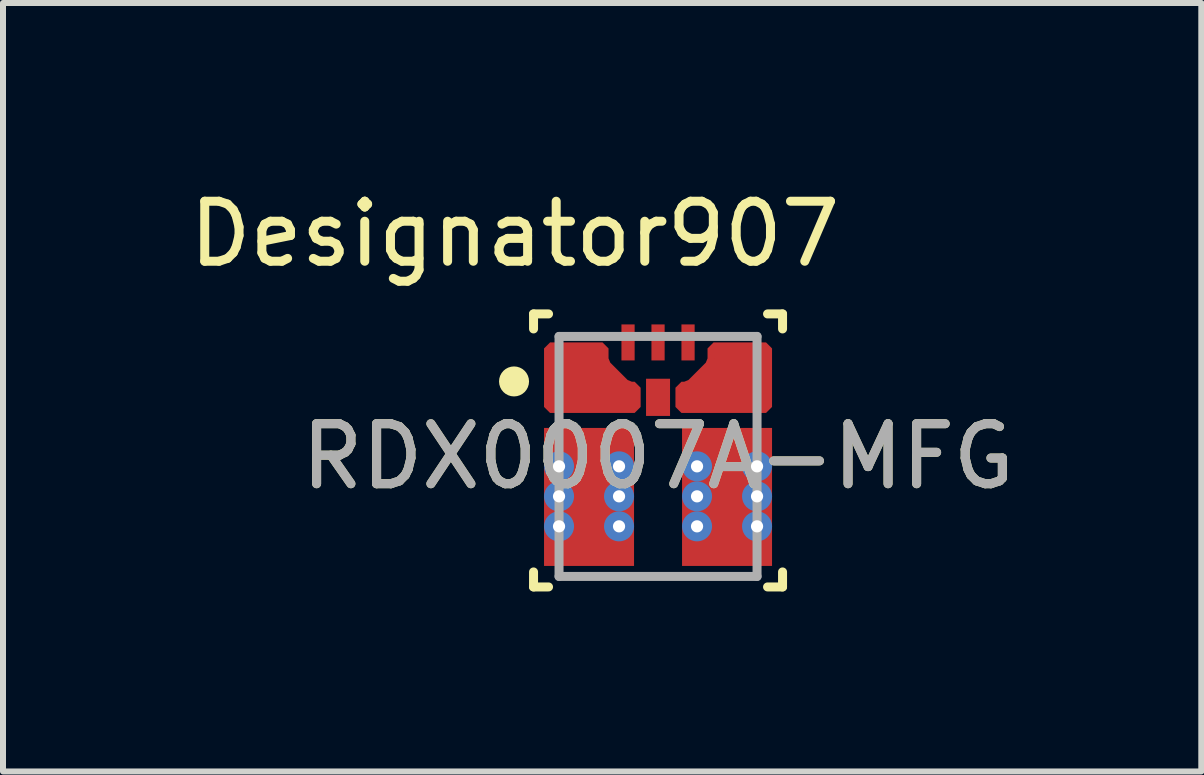
<source format=kicad_pcb>
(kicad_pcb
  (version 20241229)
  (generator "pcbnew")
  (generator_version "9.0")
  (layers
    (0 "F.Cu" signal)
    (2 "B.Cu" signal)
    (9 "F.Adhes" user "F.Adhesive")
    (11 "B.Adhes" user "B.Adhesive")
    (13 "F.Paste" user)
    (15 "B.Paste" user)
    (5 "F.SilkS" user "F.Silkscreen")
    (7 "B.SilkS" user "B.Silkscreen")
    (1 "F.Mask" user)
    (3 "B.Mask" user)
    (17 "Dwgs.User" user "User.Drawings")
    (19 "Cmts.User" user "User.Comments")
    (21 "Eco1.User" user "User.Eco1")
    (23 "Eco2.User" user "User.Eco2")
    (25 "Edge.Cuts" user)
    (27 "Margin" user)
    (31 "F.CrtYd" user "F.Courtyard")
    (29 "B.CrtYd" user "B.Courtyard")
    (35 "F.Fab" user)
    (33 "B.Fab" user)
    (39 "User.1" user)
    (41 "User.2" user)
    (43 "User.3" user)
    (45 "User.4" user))
  (footprint "RDX0007A-MFG"
    (layer "F.Cu")
    (at 7.917 4.557)
    (property "Reference" "RDX0007A-MFG" (at 0 0 0) (unlocked yes) (layer "F.SilkS") (effects (font (size 1 1) (thickness 0.15))))
    (attr through_hole)
    (fp_poly (pts (xy -0.2 -0.675) (xy 0.2 -0.675) (xy 0.2 -1.295) (xy -0.2 -1.295)) (stroke (width 0) (type solid)) (fill yes) (layer "F.Cu"))
    (fp_poly (pts (xy -1.9 -1.8) (xy -1.8 -1.9) (xy -0.925 -1.9) (xy -0.825 -1.8) (xy -0.825 -1.634) (xy -0.796 -1.563) (xy -0.507 -1.274) (xy -0.436 -1.245) (xy -0.39 -1.245) (xy -0.29 -1.145) (xy -0.29 -0.825) (xy -0.39 -0.725) (xy -1.8 -0.725) (xy -1.9 -0.825)) (stroke (width 0) (type solid)) (fill yes) (layer "F.Cu"))
    (fp_poly (pts (xy 1.9 -1.8) (xy 1.8 -1.9) (xy 0.925 -1.9) (xy 0.825 -1.8) (xy 0.825 -1.634) (xy 0.796 -1.563) (xy 0.507 -1.274) (xy 0.436 -1.245) (xy 0.39 -1.245) (xy 0.29 -1.145) (xy 0.29 -0.825) (xy 0.39 -0.725) (xy 1.8 -0.725) (xy 1.9 -0.825)) (stroke (width 0) (type solid)) (fill yes) (layer "F.Cu"))
    (fp_poly (pts (xy -0.44 -2.25) (xy -0.34 -2.15) (xy -0.34 -1.65) (xy -0.44 -1.55) (xy -0.56 -1.55) (xy -0.66 -1.65) (xy -0.66 -2.15) (xy -0.56 -2.25)) (stroke (width 0) (type solid)) (fill yes) (layer "F.Mask"))
    (fp_poly (pts (xy -0.16 -2.15) (xy -0.06 -2.25) (xy 0.06 -2.25) (xy 0.16 -2.15) (xy 0.16 -1.65) (xy 0.06 -1.55) (xy -0.06 -1.55) (xy -0.16 -1.65)) (stroke (width 0) (type solid)) (fill yes) (layer "F.Mask"))
    (fp_poly (pts (xy 0.56 -1.55) (xy 0.44 -1.55) (xy 0.34 -1.65) (xy 0.34 -2.15) (xy 0.44 -2.25) (xy 0.56 -2.25) (xy 0.66 -2.15) (xy 0.66 -1.65)) (stroke (width 0) (type solid)) (fill yes) (layer "F.Mask"))
    (fp_poly (pts (xy -0.925 -1.85) (xy -0.875 -1.8) (xy -0.875 -1.593) (xy -0.86 -1.557) (xy -0.513 -1.21) (xy -0.477 -1.195) (xy -0.39 -1.195) (xy -0.34 -1.145) (xy -0.34 -0.825) (xy -0.39 -0.775) (xy -1.4 -0.775) (xy -1.45 -0.825) (xy -1.5 -0.875) (xy -1.8 -0.875) (xy -1.85 -0.925) (xy -1.85 -1.075) (xy -1.8 -1.125) (xy -1.5 -1.125) (xy -1.45 -1.175) (xy -1.45 -1.325) (xy -1.5 -1.375) (xy -1.8 -1.375) (xy -1.85 -1.425) (xy -1.85 -1.575) (xy -1.8 -1.625) (xy -1.5 -1.625) (xy -1.45 -1.675) (xy -1.45 -1.8) (xy -1.4 -1.85)) (stroke (width 0) (type solid)) (fill yes) (layer "F.Mask"))
    (fp_poly (pts (xy 0.925 -1.85) (xy 0.875 -1.8) (xy 0.875 -1.593) (xy 0.86 -1.557) (xy 0.513 -1.21) (xy 0.477 -1.195) (xy 0.39 -1.195) (xy 0.34 -1.145) (xy 0.34 -0.825) (xy 0.39 -0.775) (xy 1.4 -0.775) (xy 1.45 -0.825) (xy 1.5 -0.875) (xy 1.8 -0.875) (xy 1.85 -0.925) (xy 1.85 -1.075) (xy 1.8 -1.125) (xy 1.5 -1.125) (xy 1.45 -1.175) (xy 1.45 -1.325) (xy 1.5 -1.375) (xy 1.8 -1.375) (xy 1.85 -1.425) (xy 1.85 -1.575) (xy 1.8 -1.625) (xy 1.5 -1.625) (xy 1.45 -1.675) (xy 1.45 -1.8) (xy 1.4 -1.85)) (stroke (width 0) (type solid)) (fill yes) (layer "F.Mask"))
    (fp_poly (pts (xy -0.5 -0.425) (xy -0.45 -0.375) (xy -0.45 1.725) (xy -0.5 1.775) (xy -1.4 1.775) (xy -1.45 1.725) (xy -1.45 1.59) (xy -1.5 1.54) (xy -1.8 1.54) (xy -1.85 1.49) (xy -1.85 1.34) (xy -1.8 1.29) (xy -1.5 1.29) (xy -1.45 1.24) (xy -1.45 1.09) (xy -1.5 1.04) (xy -1.8 1.04) (xy -1.85 0.99) (xy -1.85 0.84) (xy -1.8 0.79) (xy -1.5 0.79) (xy -1.45 0.74) (xy -1.45 0.59) (xy -1.5 0.54) (xy -1.8 0.54) (xy -1.85 0.49) (xy -1.85 0.34) (xy -1.8 0.29) (xy -1.5 0.29) (xy -1.45 0.24) (xy -1.45 0.09) (xy -1.5 0.04) (xy -1.8 0.04) (xy -1.85 -0.01) (xy -1.85 -0.16) (xy -1.8 -0.21) (xy -1.5 -0.21) (xy -1.45 -0.26) (xy -1.45 -0.375) (xy -1.4 -0.425)) (stroke (width 0) (type solid)) (fill yes) (layer "F.Mask"))
    (fp_poly (pts (xy 0.5 -0.425) (xy 0.45 -0.375) (xy 0.45 1.725) (xy 0.5 1.775) (xy 1.4 1.775) (xy 1.45 1.725) (xy 1.45 1.59) (xy 1.5 1.54) (xy 1.8 1.54) (xy 1.85 1.49) (xy 1.85 1.34) (xy 1.8 1.29) (xy 1.5 1.29) (xy 1.45 1.24) (xy 1.45 1.09) (xy 1.5 1.04) (xy 1.8 1.04) (xy 1.85 0.99) (xy 1.85 0.84) (xy 1.8 0.79) (xy 1.5 0.79) (xy 1.45 0.74) (xy 1.45 0.59) (xy 1.5 0.54) (xy 1.8 0.54) (xy 1.85 0.49) (xy 1.85 0.34) (xy 1.8 0.29) (xy 1.5 0.29) (xy 1.45 0.24) (xy 1.45 0.09) (xy 1.5 0.04) (xy 1.8 0.04) (xy 1.85 -0.01) (xy 1.85 -0.16) (xy 1.8 -0.21) (xy 1.5 -0.21) (xy 1.45 -0.26) (xy 1.45 -0.375) (xy 1.4 -0.425)) (stroke (width 0) (type solid)) (fill yes) (layer "F.Mask"))
    (fp_line (start -2.075 -2.375) (end -1.825 -2.375) (stroke (width 0.15) (type solid)) (layer "F.SilkS"))
    (fp_line (start -2.075 -2.125) (end -2.075 -2.375) (stroke (width 0.15) (type solid)) (layer "F.SilkS"))
    (fp_line (start -2.075 2.175) (end -2.075 1.925) (stroke (width 0.15) (type solid)) (layer "F.SilkS"))
    (fp_line (start -2.075 2.175) (end -1.825 2.175) (stroke (width 0.15) (type solid)) (layer "F.SilkS"))
    (fp_line (start 1.825 -2.375) (end 2.075 -2.375) (stroke (width 0.15) (type solid)) (layer "F.SilkS"))
    (fp_line (start 1.825 2.175) (end 2.075 2.175) (stroke (width 0.15) (type solid)) (layer "F.SilkS"))
    (fp_line (start 2.075 -2.125) (end 2.075 -2.375) (stroke (width 0.15) (type solid)) (layer "F.SilkS"))
    (fp_line (start 2.075 2.175) (end 2.075 1.925) (stroke (width 0.15) (type solid)) (layer "F.SilkS"))
    (fp_circle (center -2.4 -1.25) (end -2.275 -1.25) (stroke (width 0.25) (type solid)) (fill no) (layer "F.SilkS"))
    (fp_poly (pts (xy -1.85 -1.575) (xy -1.8 -1.625) (xy -1.45 -1.625) (xy -1.4 -1.575) (xy -1.4 -1.425) (xy -1.45 -1.375) (xy -1.8 -1.375) (xy -1.85 -1.425)) (stroke (width 0) (type solid)) (fill yes) (layer "F.Paste"))
    (fp_poly (pts (xy -1.8 -1.125) (xy -1.45 -1.125) (xy -1.4 -1.075) (xy -1.4 -0.925) (xy -1.45 -0.875) (xy -1.8 -0.875) (xy -1.85 -0.925) (xy -1.85 -1.075)) (stroke (width 0) (type solid)) (fill yes) (layer "F.Paste"))
    (fp_poly (pts (xy 1.85 -1.575) (xy 1.85 -1.425) (xy 1.8 -1.375) (xy 1.45 -1.375) (xy 1.4 -1.425) (xy 1.4 -1.575) (xy 1.45 -1.625) (xy 1.8 -1.625)) (stroke (width 0) (type solid)) (fill yes) (layer "F.Paste"))
    (fp_poly (pts (xy 1.85 -1.075) (xy 1.85 -0.925) (xy 1.8 -0.875) (xy 1.45 -0.875) (xy 1.4 -0.925) (xy 1.4 -1.075) (xy 1.45 -1.125) (xy 1.8 -1.125)) (stroke (width 0) (type solid)) (fill yes) (layer "F.Paste"))
    (fp_poly (pts (xy -0.95 -1.84) (xy -0.9 -1.79) (xy -0.9 -1.596) (xy -0.885 -1.56) (xy -0.525 -1.2) (xy -0.489 -1.185) (xy -0.4 -1.185) (xy -0.35 -1.135) (xy -0.35 -0.835) (xy -0.4 -0.785) (xy -1.15 -0.785) (xy -1.2 -0.835) (xy -1.2 -1.79) (xy -1.15 -1.84)) (stroke (width 0) (type solid)) (fill yes) (layer "F.Paste"))
    (fp_poly (pts (xy 0.95 -1.84) (xy 0.9 -1.79) (xy 0.9 -1.596) (xy 0.885 -1.56) (xy 0.525 -1.2) (xy 0.489 -1.185) (xy 0.4 -1.185) (xy 0.35 -1.135) (xy 0.35 -0.835) (xy 0.4 -0.785) (xy 1.15 -0.785) (xy 1.2 -0.835) (xy 1.2 -1.79) (xy 1.15 -1.84)) (stroke (width 0) (type solid)) (fill yes) (layer "F.Paste"))
    (fp_poly (pts (xy -0.46 1.655) (xy -0.51 1.705) (xy -1.35 1.705) (xy -1.4 1.655) (xy -1.4 1.59) (xy -1.45 1.54) (xy -1.8 1.54) (xy -1.85 1.49) (xy -1.85 1.34) (xy -1.8 1.29) (xy -1.3 1.29) (xy -1.25 1.24) (xy -1.25 1.09) (xy -1.3 1.04) (xy -1.8 1.04) (xy -1.85 0.99) (xy -1.85 0.84) (xy -1.8 0.79) (xy -1.3 0.79) (xy -1.25 0.74) (xy -1.25 0.59) (xy -1.3 0.54) (xy -1.8 0.54) (xy -1.85 0.49) (xy -1.85 0.34) (xy -1.8 0.29) (xy -1.3 0.29) (xy -1.25 0.24) (xy -1.25 0.09) (xy -1.3 0.04) (xy -1.8 0.04) (xy -1.85 -0.01) (xy -1.85 -0.16) (xy -1.8 -0.21) (xy -1.45 -0.21) (xy -1.4 -0.26) (xy -1.4 -0.325) (xy -1.35 -0.375) (xy -0.51 -0.375) (xy -0.46 -0.325) (xy -0.46 0.015) (xy -0.51 0.065) (xy -0.88 0.065) (xy -0.93 0.115) (xy -0.93 0.215) (xy -0.88 0.265) (xy -0.51 0.265) (xy -0.46 0.315) (xy -0.46 0.515) (xy -0.51 0.565) (xy -0.88 0.565) (xy -0.93 0.615) (xy -0.93 0.715) (xy -0.88 0.765) (xy -0.51 0.765) (xy -0.46 0.815) (xy -0.46 1.015) (xy -0.51 1.065) (xy -0.88 1.065) (xy -0.93 1.115) (xy -0.93 1.215) (xy -0.88 1.265) (xy -0.51 1.265) (xy -0.46 1.315)) (stroke (width 0) (type solid)) (fill yes) (layer "F.Paste"))
    (fp_poly (pts (xy 0.46 1.655) (xy 0.51 1.705) (xy 1.35 1.705) (xy 1.4 1.655) (xy 1.4 1.59) (xy 1.45 1.54) (xy 1.8 1.54) (xy 1.85 1.49) (xy 1.85 1.34) (xy 1.8 1.29) (xy 1.3 1.29) (xy 1.25 1.24) (xy 1.25 1.09) (xy 1.3 1.04) (xy 1.8 1.04) (xy 1.85 0.99) (xy 1.85 0.84) (xy 1.8 0.79) (xy 1.3 0.79) (xy 1.25 0.74) (xy 1.25 0.59) (xy 1.3 0.54) (xy 1.8 0.54) (xy 1.85 0.49) (xy 1.85 0.34) (xy 1.8 0.29) (xy 1.3 0.29) (xy 1.25 0.24) (xy 1.25 0.09) (xy 1.3 0.04) (xy 1.8 0.04) (xy 1.85 -0.01) (xy 1.85 -0.16) (xy 1.8 -0.21) (xy 1.45 -0.21) (xy 1.4 -0.26) (xy 1.4 -0.325) (xy 1.35 -0.375) (xy 0.51 -0.375) (xy 0.46 -0.325) (xy 0.46 0.015) (xy 0.51 0.065) (xy 0.88 0.065) (xy 0.93 0.115) (xy 0.93 0.215) (xy 0.88 0.265) (xy 0.51 0.265) (xy 0.46 0.315) (xy 0.46 0.515) (xy 0.51 0.565) (xy 0.88 0.565) (xy 0.93 0.615) (xy 0.93 0.715) (xy 0.88 0.765) (xy 0.51 0.765) (xy 0.46 0.815) (xy 0.46 1.015) (xy 0.51 1.065) (xy 0.88 1.065) (xy 0.93 1.115) (xy 0.93 1.215) (xy 0.88 1.265) (xy 0.51 1.265) (xy 0.46 1.315)) (stroke (width 0) (type solid)) (fill yes) (layer "F.Paste"))
    (fp_line (start -1.65 -2) (end 1.65 -2) (stroke (width 0.15) (type solid)) (layer "F.Fab"))
    (fp_line (start -1.65 2) (end -1.65 -2) (stroke (width 0.15) (type solid)) (layer "F.Fab"))
    (fp_line (start -1.65 2) (end 1.65 2) (stroke (width 0.15) (type solid)) (layer "F.Fab"))
    (fp_line (start 1.65 2) (end 1.65 -2) (stroke (width 0.15) (type solid)) (layer "F.Fab"))
    (fp_text user "Designator907" (at -2.388 -3.708 0) (unlocked yes) (layer "F.SilkS") (effects (font (size 1 1) (thickness 0.15))))
    (fp_text user "${REFERENCE}" (at 0 0 0) (unlocked yes) (layer "F.Fab") (effects (font (size 1 1) (thickness 0.15))))
    (pad "1" smd circle (at -1.312 -1.312) (size 1.025 1.025) (layers "F.Cu"))
    (pad "2" smd rect (at -1.15 0.675) (size 1.5 2.3) (layers "F.Cu"))
    (pad "3" smd rect (at 1.15 0.675) (size 1.5 2.3) (layers "F.Cu"))
    (pad "4" smd circle (at 1.281 -1.276) (size 0.991 0.991) (layers "F.Cu"))
    (pad "5" smd rect (at 0.5 -1.9) (size 0.22 0.6) (layers "F.Cu" "F.Paste"))
    (pad "6" smd rect (at 0 -1.9) (size 0.22 0.6) (layers "F.Cu" "F.Paste"))
    (pad "7" smd rect (at -0.5 -1.9) (size 0.22 0.6) (layers "F.Cu" "F.Paste"))
    (pad "8" thru_hole circle (at -1.65 0.165) (size 0.5 0.5) (drill 0.203) (layers "*.Cu" "*.Mask"))
    (pad "9" thru_hole circle (at -1.65 0.665) (size 0.5 0.5) (drill 0.203) (layers "*.Cu" "*.Mask"))
    (pad "10" thru_hole circle (at -1.65 1.165) (size 0.5 0.5) (drill 0.203) (layers "*.Cu" "*.Mask"))
    (pad "11" thru_hole circle (at 1.65 0.165) (size 0.5 0.5) (drill 0.203) (layers "*.Cu" "*.Mask"))
    (pad "12" thru_hole circle (at 1.65 0.665) (size 0.5 0.5) (drill 0.203) (layers "*.Cu" "*.Mask"))
    (pad "13" thru_hole circle (at 1.65 1.165) (size 0.5 0.5) (drill 0.203) (layers "*.Cu" "*.Mask"))
    (pad "14" thru_hole circle (at -0.65 0.165) (size 0.5 0.5) (drill 0.203) (layers "*.Cu" "*.Mask"))
    (pad "15" thru_hole circle (at -0.65 0.665) (size 0.5 0.5) (drill 0.203) (layers "*.Cu" "*.Mask"))
    (pad "16" thru_hole circle (at -0.65 1.165) (size 0.5 0.5) (drill 0.203) (layers "*.Cu" "*.Mask"))
    (pad "17" thru_hole circle (at 0.65 0.165) (size 0.5 0.5) (drill 0.203) (layers "*.Cu" "*.Mask"))
    (pad "18" thru_hole circle (at 0.65 0.665) (size 0.5 0.5) (drill 0.203) (layers "*.Cu" "*.Mask"))
    (pad "19" thru_hole circle (at 0.65 1.165) (size 0.5 0.5) (drill 0.203) (layers "*.Cu" "*.Mask")))
  (gr_rect
    (start -3 -3)
    (end 16.971 9.807)
    (stroke (width 0.1) (type default))
    (fill no)
    (layer "Edge.Cuts")))
</source>
